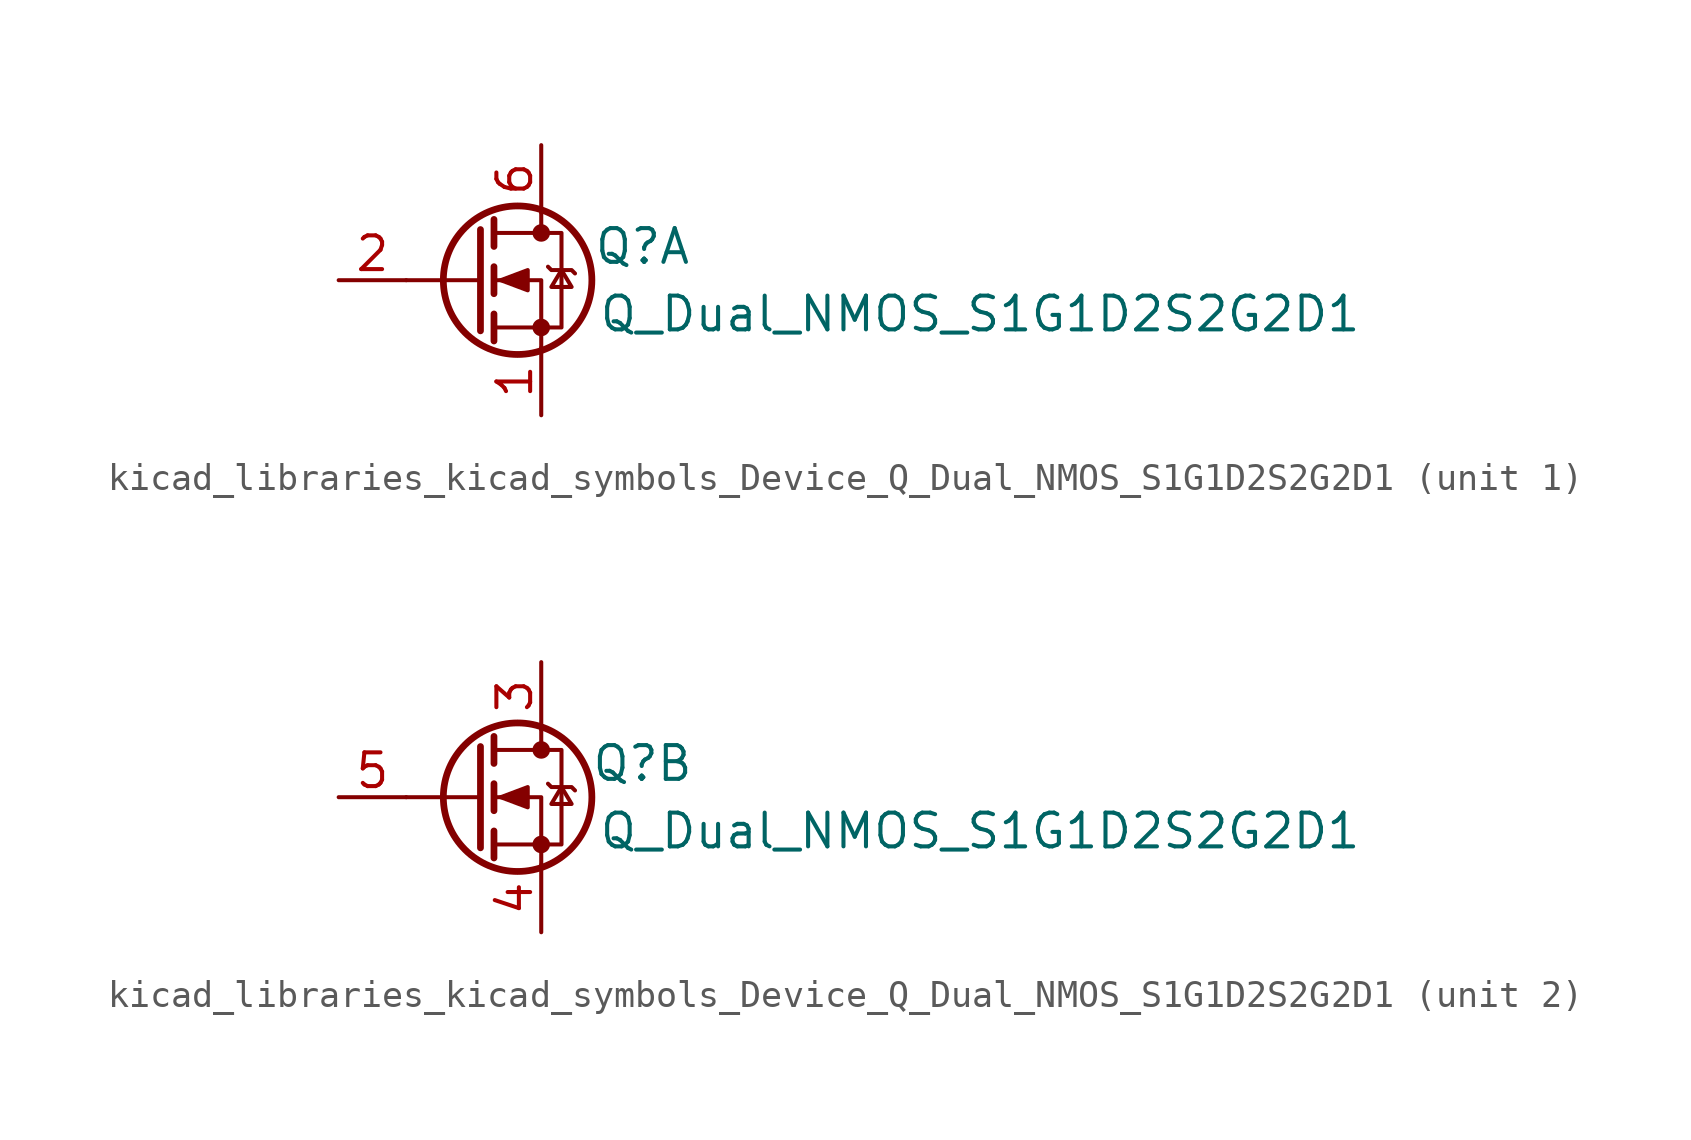
<source format=kicad_sym>
(kicad_symbol_lib
  (version 20220914)
  (generator kicad_symbol_editor)
  (symbol "kicad_libraries_kicad_symbols_Device_Q_Dual_NMOS_S1G1D2S2G2D1"
    (pin_names
      (offset 0) hide)
    (property "Reference" "Q"
      (at 6.35 1.27 0)
      (effects (font (size 1.27 1.27))))
    (property "Value" "Q_Dual_NMOS_S1G1D2S2G2D1"
      (at 19.05 -1.27 0)
      (effects (font (size 1.27 1.27))))
    (symbol "kicad_libraries_kicad_symbols_Device_Q_Dual_NMOS_S1G1D2S2G2D1_0_1"
      (polyline (pts (xy 0.254 0) (xy -2.54 0)) (stroke (width 0) (type default)) (fill (type none)))
      (polyline (pts (xy 0.254 1.905) (xy 0.254 -1.905)) (stroke (width 0.254) (type default)) (fill (type none)))
      (polyline (pts (xy 0.762 -1.27) (xy 0.762 -2.286)) (stroke (width 0.254) (type default)) (fill (type none)))
      (polyline (pts (xy 0.762 0.508) (xy 0.762 -0.508)) (stroke (width 0.254) (type default)) (fill (type none)))
      (polyline (pts (xy 0.762 2.286) (xy 0.762 1.27)) (stroke (width 0.254) (type default)) (fill (type none)))
      (polyline (pts (xy 2.54 2.54) (xy 2.54 1.778)) (stroke (width 0) (type default)) (fill (type none)))
      (polyline (pts (xy 2.54 -2.54) (xy 2.54 0) (xy 0.762 0)) (stroke (width 0) (type default)) (fill (type none)))
      (polyline (pts (xy 0.762 -1.778) (xy 3.302 -1.778) (xy 3.302 1.778) (xy 0.762 1.778)) (stroke (width 0) (type default)) (fill (type none)))
      (polyline (pts (xy 1.016 0) (xy 2.032 0.381) (xy 2.032 -0.381) (xy 1.016 0)) (stroke (width 0) (type default)) (fill (type outline)))
      (polyline (pts (xy 2.794 0.508) (xy 2.921 0.381) (xy 3.683 0.381) (xy 3.81 0.254)) (stroke (width 0) (type default)) (fill (type none)))
      (polyline (pts (xy 3.302 0.381) (xy 2.921 -0.254) (xy 3.683 -0.254) (xy 3.302 0.381)) (stroke (width 0) (type default)) (fill (type none)))
      (circle (center 1.651 0) (radius 2.794) (stroke (width 0.254) (type default)) (fill (type none)))
      (circle (center 2.54 -1.778) (radius 0.254) (stroke (width 0) (type default)) (fill (type outline)))
      (circle (center 2.54 1.778) (radius 0.254) (stroke (width 0) (type default)) (fill (type outline))))
    (symbol "kicad_libraries_kicad_symbols_Device_Q_Dual_NMOS_S1G1D2S2G2D1_1_1"
      (pin passive line (at 2.54 -5.08 90) (length 2.54) (name "S" (effects (font (size 1.27 1.27)))) (number "1" (effects (font (size 1.27 1.27)))))
      (pin input line (at -5.08 0 0) (length 2.54) (name "G" (effects (font (size 1.27 1.27)))) (number "2" (effects (font (size 1.27 1.27)))))
      (pin passive line (at 2.54 5.08 270) (length 2.54) (name "D" (effects (font (size 1.27 1.27)))) (number "6" (effects (font (size 1.27 1.27))))))
    (symbol "kicad_libraries_kicad_symbols_Device_Q_Dual_NMOS_S1G1D2S2G2D1_2_1"
      (pin passive line (at 2.54 5.08 270) (length 2.54) (name "D" (effects (font (size 1.27 1.27)))) (number "3" (effects (font (size 1.27 1.27)))))
      (pin passive line (at 2.54 -5.08 90) (length 2.54) (name "S" (effects (font (size 1.27 1.27)))) (number "4" (effects (font (size 1.27 1.27)))))
      (pin input line (at -5.08 0 0) (length 2.54) (name "G" (effects (font (size 1.27 1.27)))) (number "5" (effects (font (size 1.27 1.27))))))))
</source>
